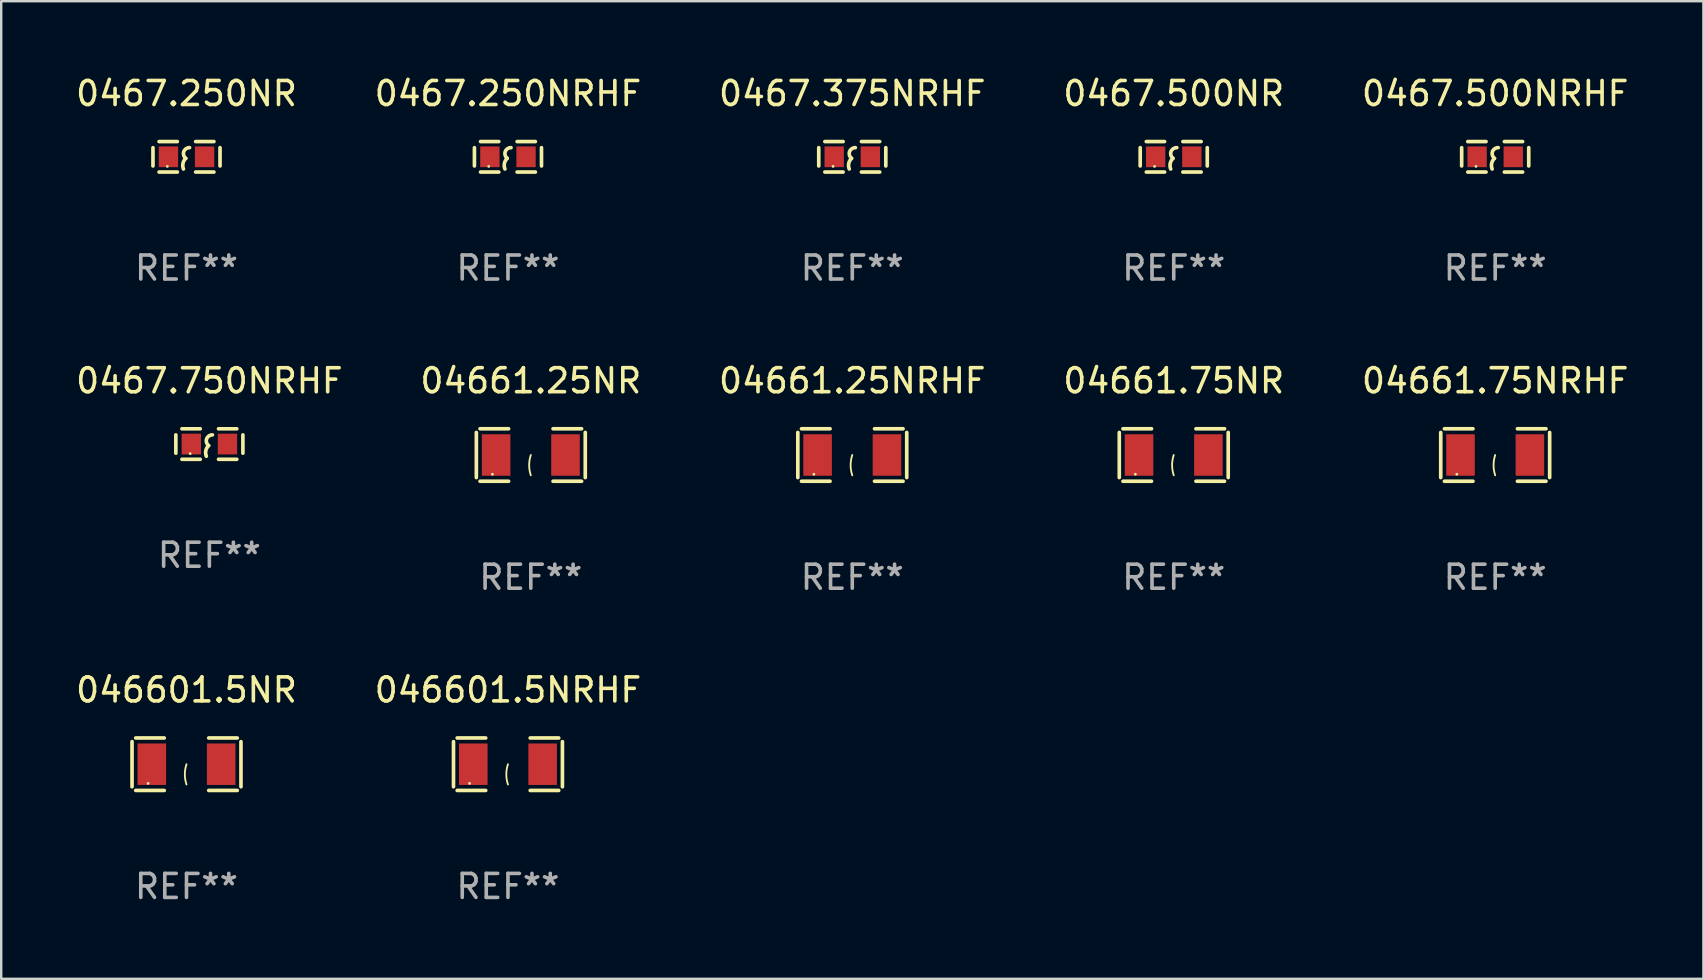
<source format=kicad_pcb>
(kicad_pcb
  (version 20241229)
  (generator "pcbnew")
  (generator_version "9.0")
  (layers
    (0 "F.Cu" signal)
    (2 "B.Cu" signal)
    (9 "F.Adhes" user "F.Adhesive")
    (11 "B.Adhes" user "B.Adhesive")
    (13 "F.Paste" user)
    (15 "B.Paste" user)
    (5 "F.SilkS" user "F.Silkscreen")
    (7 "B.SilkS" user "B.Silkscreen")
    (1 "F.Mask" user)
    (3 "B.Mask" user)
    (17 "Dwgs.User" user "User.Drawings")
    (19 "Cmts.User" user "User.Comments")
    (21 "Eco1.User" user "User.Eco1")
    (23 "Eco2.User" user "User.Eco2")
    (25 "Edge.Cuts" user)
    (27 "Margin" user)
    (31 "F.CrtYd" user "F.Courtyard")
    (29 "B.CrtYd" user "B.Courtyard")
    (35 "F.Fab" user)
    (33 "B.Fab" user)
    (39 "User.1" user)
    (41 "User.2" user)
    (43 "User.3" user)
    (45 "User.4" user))
  (footprint "0467.375NRHF"
    (layer "F.Cu")
    (at 32.458 3.483)
    (property "Reference" "0467.375NRHF" (at 0 -2.635 0) (layer "F.SilkS") (effects (font (size 1 1) (thickness 0.15))))
    (attr through_hole)
    (fp_line (start -1.397 -0.381) (end -1.397 0.381) (stroke (width 0.152) (type solid)) (layer "F.SilkS"))
    (fp_line (start -0.381 -0.635) (end -1.143 -0.635) (stroke (width 0.152) (type solid)) (layer "F.SilkS"))
    (fp_line (start -0.381 0.635) (end -1.143 0.635) (stroke (width 0.152) (type solid)) (layer "F.SilkS"))
    (fp_line (start 0.381 -0.635) (end 1.143 -0.635) (stroke (width 0.152) (type solid)) (layer "F.SilkS"))
    (fp_line (start 0.381 0.635) (end 1.143 0.635) (stroke (width 0.152) (type solid)) (layer "F.SilkS"))
    (fp_line (start 1.397 -0.381) (end 1.397 0.381) (stroke (width 0.152) (type solid)) (layer "F.SilkS"))
    (fp_arc (start -0.127 0.508001) (mid -0.146523 0.271131) (end -0.030861 0.0635) (stroke (width 0.151994) (type solid)) (layer "F.SilkS"))
    (fp_arc (start -0.03175 0.0635) (mid -0.113571 -0.216321) (end 0.127001 -0.381002) (stroke (width 0.151994) (type solid)) (layer "F.SilkS"))
    (fp_circle (center -0.8 0.4) (end -0.77 0.4) (stroke (width 0.06) (type solid)) (fill no) (layer "F.SilkS"))
    (fp_text user "REF**" (at 0 4.635 0) (layer "F.Fab") (effects (font (size 1 1) (thickness 0.15))))
    (pad "1" smd rect (at -0.753 0) (size 0.806 0.864) (layers "F.Cu" "F.Mask" "F.Paste"))
    (pad "2" smd rect (at 0.753 0) (size 0.806 0.864) (layers "F.Cu" "F.Mask" "F.Paste")))
  (footprint "04661.25NRHF"
    (layer "F.Cu")
    (at 32.458 15.907)
    (property "Reference" "04661.25NRHF" (at 0 -3.093 0) (layer "F.SilkS") (effects (font (size 1 1) (thickness 0.15))))
    (attr through_hole)
    (fp_line (start -2.269 -0.94) (end -2.269 0.94) (stroke (width 0.152) (type solid)) (layer "F.SilkS"))
    (fp_line (start -2.116 1.093) (end -0.926 1.093) (stroke (width 0.152) (type solid)) (layer "F.SilkS"))
    (fp_line (start -0.926 -1.093) (end -2.116 -1.093) (stroke (width 0.152) (type solid)) (layer "F.SilkS"))
    (fp_line (start 0.926 -1.093) (end 2.116 -1.093) (stroke (width 0.152) (type solid)) (layer "F.SilkS"))
    (fp_line (start 2.116 1.093) (end 0.926 1.093) (stroke (width 0.152) (type solid)) (layer "F.SilkS"))
    (fp_line (start 2.269 -0.94) (end 2.269 0.94) (stroke (width 0.152) (type solid)) (layer "F.SilkS"))
    (fp_arc (start 0 0.844951) (mid -0.068559 0.422475) (end 0 0) (stroke (width 0.0762) (type solid)) (layer "F.SilkS"))
    (fp_circle (center -1.6 0.8) (end -1.57 0.8) (stroke (width 0.06) (type solid)) (fill no) (layer "F.SilkS"))
    (fp_text user "REF**" (at 0 5.093 0) (layer "F.Fab") (effects (font (size 1 1) (thickness 0.15))))
    (pad "1" smd rect (at -1.445 0) (size 1.19 1.728) (layers "F.Cu" "F.Mask" "F.Paste"))
    (pad "2" smd rect (at 1.445 0) (size 1.19 1.728) (layers "F.Cu" "F.Mask" "F.Paste")))
  (footprint "04661.25NR"
    (layer "F.Cu")
    (at 19.065 15.907)
    (property "Reference" "04661.25NR" (at 0 -3.093 0) (layer "F.SilkS") (effects (font (size 1 1) (thickness 0.15))))
    (attr through_hole)
    (fp_line (start -2.269 -0.94) (end -2.269 0.94) (stroke (width 0.152) (type solid)) (layer "F.SilkS"))
    (fp_line (start -2.116 1.093) (end -0.926 1.093) (stroke (width 0.152) (type solid)) (layer "F.SilkS"))
    (fp_line (start -0.926 -1.093) (end -2.116 -1.093) (stroke (width 0.152) (type solid)) (layer "F.SilkS"))
    (fp_line (start 0.926 -1.093) (end 2.116 -1.093) (stroke (width 0.152) (type solid)) (layer "F.SilkS"))
    (fp_line (start 2.116 1.093) (end 0.926 1.093) (stroke (width 0.152) (type solid)) (layer "F.SilkS"))
    (fp_line (start 2.269 -0.94) (end 2.269 0.94) (stroke (width 0.152) (type solid)) (layer "F.SilkS"))
    (fp_arc (start 0 0.844951) (mid -0.068559 0.422475) (end 0 0) (stroke (width 0.0762) (type solid)) (layer "F.SilkS"))
    (fp_circle (center -1.6 0.8) (end -1.57 0.8) (stroke (width 0.06) (type solid)) (fill no) (layer "F.SilkS"))
    (fp_text user "REF**" (at 0 5.093 0) (layer "F.Fab") (effects (font (size 1 1) (thickness 0.15))))
    (pad "1" smd rect (at -1.445 0) (size 1.19 1.728) (layers "F.Cu" "F.Mask" "F.Paste"))
    (pad "2" smd rect (at 1.445 0) (size 1.19 1.728) (layers "F.Cu" "F.Mask" "F.Paste")))
  (footprint "0467.500NRHF"
    (layer "F.Cu")
    (at 59.244 3.483)
    (property "Reference" "0467.500NRHF" (at 0 -2.635 0) (layer "F.SilkS") (effects (font (size 1 1) (thickness 0.15))))
    (attr through_hole)
    (fp_line (start -1.397 -0.381) (end -1.397 0.381) (stroke (width 0.152) (type solid)) (layer "F.SilkS"))
    (fp_line (start -0.381 -0.635) (end -1.143 -0.635) (stroke (width 0.152) (type solid)) (layer "F.SilkS"))
    (fp_line (start -0.381 0.635) (end -1.143 0.635) (stroke (width 0.152) (type solid)) (layer "F.SilkS"))
    (fp_line (start 0.381 -0.635) (end 1.143 -0.635) (stroke (width 0.152) (type solid)) (layer "F.SilkS"))
    (fp_line (start 0.381 0.635) (end 1.143 0.635) (stroke (width 0.152) (type solid)) (layer "F.SilkS"))
    (fp_line (start 1.397 -0.381) (end 1.397 0.381) (stroke (width 0.152) (type solid)) (layer "F.SilkS"))
    (fp_arc (start -0.127 0.508001) (mid -0.146523 0.271131) (end -0.030861 0.0635) (stroke (width 0.151994) (type solid)) (layer "F.SilkS"))
    (fp_arc (start -0.03175 0.0635) (mid -0.113571 -0.216321) (end 0.127001 -0.381002) (stroke (width 0.151994) (type solid)) (layer "F.SilkS"))
    (fp_circle (center -0.8 0.4) (end -0.77 0.4) (stroke (width 0.06) (type solid)) (fill no) (layer "F.SilkS"))
    (fp_text user "REF**" (at 0 4.635 0) (layer "F.Fab") (effects (font (size 1 1) (thickness 0.15))))
    (pad "1" smd rect (at -0.753 0) (size 0.806 0.864) (layers "F.Cu" "F.Mask" "F.Paste"))
    (pad "2" smd rect (at 0.753 0) (size 0.806 0.864) (layers "F.Cu" "F.Mask" "F.Paste")))
  (footprint "04661.75NR"
    (layer "F.Cu")
    (at 45.851 15.907)
    (property "Reference" "04661.75NR" (at 0 -3.093 0) (layer "F.SilkS") (effects (font (size 1 1) (thickness 0.15))))
    (attr through_hole)
    (fp_line (start -2.269 -0.94) (end -2.269 0.94) (stroke (width 0.152) (type solid)) (layer "F.SilkS"))
    (fp_line (start -2.116 1.093) (end -0.926 1.093) (stroke (width 0.152) (type solid)) (layer "F.SilkS"))
    (fp_line (start -0.926 -1.093) (end -2.116 -1.093) (stroke (width 0.152) (type solid)) (layer "F.SilkS"))
    (fp_line (start 0.926 -1.093) (end 2.116 -1.093) (stroke (width 0.152) (type solid)) (layer "F.SilkS"))
    (fp_line (start 2.116 1.093) (end 0.926 1.093) (stroke (width 0.152) (type solid)) (layer "F.SilkS"))
    (fp_line (start 2.269 -0.94) (end 2.269 0.94) (stroke (width 0.152) (type solid)) (layer "F.SilkS"))
    (fp_arc (start 0 0.844951) (mid -0.068559 0.422475) (end 0 0) (stroke (width 0.0762) (type solid)) (layer "F.SilkS"))
    (fp_circle (center -1.6 0.8) (end -1.57 0.8) (stroke (width 0.06) (type solid)) (fill no) (layer "F.SilkS"))
    (fp_text user "REF**" (at 0 5.093 0) (layer "F.Fab") (effects (font (size 1 1) (thickness 0.15))))
    (pad "1" smd rect (at -1.445 0) (size 1.19 1.728) (layers "F.Cu" "F.Mask" "F.Paste"))
    (pad "2" smd rect (at 1.445 0) (size 1.19 1.728) (layers "F.Cu" "F.Mask" "F.Paste")))
  (footprint "046601.5NR"
    (layer "F.Cu")
    (at 4.72 28.789)
    (property "Reference" "046601.5NR" (at 0 -3.093 0) (layer "F.SilkS") (effects (font (size 1 1) (thickness 0.15))))
    (attr through_hole)
    (fp_line (start -2.269 -0.94) (end -2.269 0.94) (stroke (width 0.152) (type solid)) (layer "F.SilkS"))
    (fp_line (start -2.116 1.093) (end -0.926 1.093) (stroke (width 0.152) (type solid)) (layer "F.SilkS"))
    (fp_line (start -0.926 -1.093) (end -2.116 -1.093) (stroke (width 0.152) (type solid)) (layer "F.SilkS"))
    (fp_line (start 0.926 -1.093) (end 2.116 -1.093) (stroke (width 0.152) (type solid)) (layer "F.SilkS"))
    (fp_line (start 2.116 1.093) (end 0.926 1.093) (stroke (width 0.152) (type solid)) (layer "F.SilkS"))
    (fp_line (start 2.269 -0.94) (end 2.269 0.94) (stroke (width 0.152) (type solid)) (layer "F.SilkS"))
    (fp_arc (start 0 0.844951) (mid -0.068559 0.422475) (end 0 0) (stroke (width 0.0762) (type solid)) (layer "F.SilkS"))
    (fp_circle (center -1.6 0.8) (end -1.57 0.8) (stroke (width 0.06) (type solid)) (fill no) (layer "F.SilkS"))
    (fp_text user "REF**" (at 0 5.093 0) (layer "F.Fab") (effects (font (size 1 1) (thickness 0.15))))
    (pad "1" smd rect (at -1.445 0) (size 1.19 1.728) (layers "F.Cu" "F.Mask" "F.Paste"))
    (pad "2" smd rect (at 1.445 0) (size 1.19 1.728) (layers "F.Cu" "F.Mask" "F.Paste")))
  (footprint "0467.750NRHF"
    (layer "F.Cu")
    (at 5.673 15.45)
    (property "Reference" "0467.750NRHF" (at 0 -2.635 0) (layer "F.SilkS") (effects (font (size 1 1) (thickness 0.15))))
    (attr through_hole)
    (fp_line (start -1.397 -0.381) (end -1.397 0.381) (stroke (width 0.152) (type solid)) (layer "F.SilkS"))
    (fp_line (start -0.381 -0.635) (end -1.143 -0.635) (stroke (width 0.152) (type solid)) (layer "F.SilkS"))
    (fp_line (start -0.381 0.635) (end -1.143 0.635) (stroke (width 0.152) (type solid)) (layer "F.SilkS"))
    (fp_line (start 0.381 -0.635) (end 1.143 -0.635) (stroke (width 0.152) (type solid)) (layer "F.SilkS"))
    (fp_line (start 0.381 0.635) (end 1.143 0.635) (stroke (width 0.152) (type solid)) (layer "F.SilkS"))
    (fp_line (start 1.397 -0.381) (end 1.397 0.381) (stroke (width 0.152) (type solid)) (layer "F.SilkS"))
    (fp_arc (start -0.127 0.508001) (mid -0.146523 0.271131) (end -0.030861 0.0635) (stroke (width 0.151994) (type solid)) (layer "F.SilkS"))
    (fp_arc (start -0.03175 0.0635) (mid -0.113571 -0.216321) (end 0.127001 -0.381002) (stroke (width 0.151994) (type solid)) (layer "F.SilkS"))
    (fp_circle (center -0.8 0.4) (end -0.77 0.4) (stroke (width 0.06) (type solid)) (fill no) (layer "F.SilkS"))
    (fp_text user "REF**" (at 0 4.635 0) (layer "F.Fab") (effects (font (size 1 1) (thickness 0.15))))
    (pad "1" smd rect (at -0.753 0) (size 0.806 0.864) (layers "F.Cu" "F.Mask" "F.Paste"))
    (pad "2" smd rect (at 0.753 0) (size 0.806 0.864) (layers "F.Cu" "F.Mask" "F.Paste")))
  (footprint "04661.75NRHF"
    (layer "F.Cu")
    (at 59.244 15.907)
    (property "Reference" "04661.75NRHF" (at 0 -3.093 0) (layer "F.SilkS") (effects (font (size 1 1) (thickness 0.15))))
    (attr through_hole)
    (fp_line (start -2.269 -0.94) (end -2.269 0.94) (stroke (width 0.152) (type solid)) (layer "F.SilkS"))
    (fp_line (start -2.116 1.093) (end -0.926 1.093) (stroke (width 0.152) (type solid)) (layer "F.SilkS"))
    (fp_line (start -0.926 -1.093) (end -2.116 -1.093) (stroke (width 0.152) (type solid)) (layer "F.SilkS"))
    (fp_line (start 0.926 -1.093) (end 2.116 -1.093) (stroke (width 0.152) (type solid)) (layer "F.SilkS"))
    (fp_line (start 2.116 1.093) (end 0.926 1.093) (stroke (width 0.152) (type solid)) (layer "F.SilkS"))
    (fp_line (start 2.269 -0.94) (end 2.269 0.94) (stroke (width 0.152) (type solid)) (layer "F.SilkS"))
    (fp_arc (start 0 0.844951) (mid -0.068559 0.422475) (end 0 0) (stroke (width 0.0762) (type solid)) (layer "F.SilkS"))
    (fp_circle (center -1.6 0.8) (end -1.57 0.8) (stroke (width 0.06) (type solid)) (fill no) (layer "F.SilkS"))
    (fp_text user "REF**" (at 0 5.093 0) (layer "F.Fab") (effects (font (size 1 1) (thickness 0.15))))
    (pad "1" smd rect (at -1.445 0) (size 1.19 1.728) (layers "F.Cu" "F.Mask" "F.Paste"))
    (pad "2" smd rect (at 1.445 0) (size 1.19 1.728) (layers "F.Cu" "F.Mask" "F.Paste")))
  (footprint "0467.500NR"
    (layer "F.Cu")
    (at 45.851 3.483)
    (property "Reference" "0467.500NR" (at 0 -2.635 0) (layer "F.SilkS") (effects (font (size 1 1) (thickness 0.15))))
    (attr through_hole)
    (fp_line (start -1.397 -0.381) (end -1.397 0.381) (stroke (width 0.152) (type solid)) (layer "F.SilkS"))
    (fp_line (start -0.381 -0.635) (end -1.143 -0.635) (stroke (width 0.152) (type solid)) (layer "F.SilkS"))
    (fp_line (start -0.381 0.635) (end -1.143 0.635) (stroke (width 0.152) (type solid)) (layer "F.SilkS"))
    (fp_line (start 0.381 -0.635) (end 1.143 -0.635) (stroke (width 0.152) (type solid)) (layer "F.SilkS"))
    (fp_line (start 0.381 0.635) (end 1.143 0.635) (stroke (width 0.152) (type solid)) (layer "F.SilkS"))
    (fp_line (start 1.397 -0.381) (end 1.397 0.381) (stroke (width 0.152) (type solid)) (layer "F.SilkS"))
    (fp_arc (start -0.127 0.508001) (mid -0.146523 0.271131) (end -0.030861 0.0635) (stroke (width 0.151994) (type solid)) (layer "F.SilkS"))
    (fp_arc (start -0.03175 0.0635) (mid -0.113571 -0.216321) (end 0.127001 -0.381002) (stroke (width 0.151994) (type solid)) (layer "F.SilkS"))
    (fp_circle (center -0.8 0.4) (end -0.77 0.4) (stroke (width 0.06) (type solid)) (fill no) (layer "F.SilkS"))
    (fp_text user "REF**" (at 0 4.635 0) (layer "F.Fab") (effects (font (size 1 1) (thickness 0.15))))
    (pad "1" smd rect (at -0.753 0) (size 0.806 0.864) (layers "F.Cu" "F.Mask" "F.Paste"))
    (pad "2" smd rect (at 0.753 0) (size 0.806 0.864) (layers "F.Cu" "F.Mask" "F.Paste")))
  (footprint "0467.250NR"
    (layer "F.Cu")
    (at 4.72 3.483)
    (property "Reference" "0467.250NR" (at 0 -2.635 0) (layer "F.SilkS") (effects (font (size 1 1) (thickness 0.15))))
    (attr through_hole)
    (fp_line (start -1.397 -0.381) (end -1.397 0.381) (stroke (width 0.152) (type solid)) (layer "F.SilkS"))
    (fp_line (start -0.381 -0.635) (end -1.143 -0.635) (stroke (width 0.152) (type solid)) (layer "F.SilkS"))
    (fp_line (start -0.381 0.635) (end -1.143 0.635) (stroke (width 0.152) (type solid)) (layer "F.SilkS"))
    (fp_line (start 0.381 -0.635) (end 1.143 -0.635) (stroke (width 0.152) (type solid)) (layer "F.SilkS"))
    (fp_line (start 0.381 0.635) (end 1.143 0.635) (stroke (width 0.152) (type solid)) (layer "F.SilkS"))
    (fp_line (start 1.397 -0.381) (end 1.397 0.381) (stroke (width 0.152) (type solid)) (layer "F.SilkS"))
    (fp_arc (start -0.127 0.508001) (mid -0.146523 0.271131) (end -0.030861 0.0635) (stroke (width 0.151994) (type solid)) (layer "F.SilkS"))
    (fp_arc (start -0.03175 0.0635) (mid -0.113571 -0.216321) (end 0.127001 -0.381002) (stroke (width 0.151994) (type solid)) (layer "F.SilkS"))
    (fp_circle (center -0.8 0.4) (end -0.77 0.4) (stroke (width 0.06) (type solid)) (fill no) (layer "F.SilkS"))
    (fp_text user "REF**" (at 0 4.635 0) (layer "F.Fab") (effects (font (size 1 1) (thickness 0.15))))
    (pad "1" smd rect (at -0.753 0) (size 0.806 0.864) (layers "F.Cu" "F.Mask" "F.Paste"))
    (pad "2" smd rect (at 0.753 0) (size 0.806 0.864) (layers "F.Cu" "F.Mask" "F.Paste")))
  (footprint "046601.5NRHF"
    (layer "F.Cu")
    (at 18.113 28.789)
    (property "Reference" "046601.5NRHF" (at 0 -3.093 0) (layer "F.SilkS") (effects (font (size 1 1) (thickness 0.15))))
    (attr through_hole)
    (fp_line (start -2.269 -0.94) (end -2.269 0.94) (stroke (width 0.152) (type solid)) (layer "F.SilkS"))
    (fp_line (start -2.116 1.093) (end -0.926 1.093) (stroke (width 0.152) (type solid)) (layer "F.SilkS"))
    (fp_line (start -0.926 -1.093) (end -2.116 -1.093) (stroke (width 0.152) (type solid)) (layer "F.SilkS"))
    (fp_line (start 0.926 -1.093) (end 2.116 -1.093) (stroke (width 0.152) (type solid)) (layer "F.SilkS"))
    (fp_line (start 2.116 1.093) (end 0.926 1.093) (stroke (width 0.152) (type solid)) (layer "F.SilkS"))
    (fp_line (start 2.269 -0.94) (end 2.269 0.94) (stroke (width 0.152) (type solid)) (layer "F.SilkS"))
    (fp_arc (start 0 0.844951) (mid -0.068559 0.422475) (end 0 0) (stroke (width 0.0762) (type solid)) (layer "F.SilkS"))
    (fp_circle (center -1.6 0.8) (end -1.57 0.8) (stroke (width 0.06) (type solid)) (fill no) (layer "F.SilkS"))
    (fp_text user "REF**" (at 0 5.093 0) (layer "F.Fab") (effects (font (size 1 1) (thickness 0.15))))
    (pad "1" smd rect (at -1.445 0) (size 1.19 1.728) (layers "F.Cu" "F.Mask" "F.Paste"))
    (pad "2" smd rect (at 1.445 0) (size 1.19 1.728) (layers "F.Cu" "F.Mask" "F.Paste")))
  (footprint "0467.250NRHF"
    (layer "F.Cu")
    (at 18.113 3.483)
    (property "Reference" "0467.250NRHF" (at 0 -2.635 0) (layer "F.SilkS") (effects (font (size 1 1) (thickness 0.15))))
    (attr through_hole)
    (fp_line (start -1.397 -0.381) (end -1.397 0.381) (stroke (width 0.152) (type solid)) (layer "F.SilkS"))
    (fp_line (start -0.381 -0.635) (end -1.143 -0.635) (stroke (width 0.152) (type solid)) (layer "F.SilkS"))
    (fp_line (start -0.381 0.635) (end -1.143 0.635) (stroke (width 0.152) (type solid)) (layer "F.SilkS"))
    (fp_line (start 0.381 -0.635) (end 1.143 -0.635) (stroke (width 0.152) (type solid)) (layer "F.SilkS"))
    (fp_line (start 0.381 0.635) (end 1.143 0.635) (stroke (width 0.152) (type solid)) (layer "F.SilkS"))
    (fp_line (start 1.397 -0.381) (end 1.397 0.381) (stroke (width 0.152) (type solid)) (layer "F.SilkS"))
    (fp_arc (start -0.127 0.508001) (mid -0.146523 0.271131) (end -0.030861 0.0635) (stroke (width 0.151994) (type solid)) (layer "F.SilkS"))
    (fp_arc (start -0.03175 0.0635) (mid -0.113571 -0.216321) (end 0.127001 -0.381002) (stroke (width 0.151994) (type solid)) (layer "F.SilkS"))
    (fp_circle (center -0.8 0.4) (end -0.77 0.4) (stroke (width 0.06) (type solid)) (fill no) (layer "F.SilkS"))
    (fp_text user "REF**" (at 0 4.635 0) (layer "F.Fab") (effects (font (size 1 1) (thickness 0.15))))
    (pad "1" smd rect (at -0.753 0) (size 0.806 0.864) (layers "F.Cu" "F.Mask" "F.Paste"))
    (pad "2" smd rect (at 0.753 0) (size 0.806 0.864) (layers "F.Cu" "F.Mask" "F.Paste")))
  (gr_rect
    (start -3 -3)
    (end 67.917 37.73)
    (stroke (width 0.1) (type default))
    (fill no)
    (layer "Edge.Cuts")))
</source>
